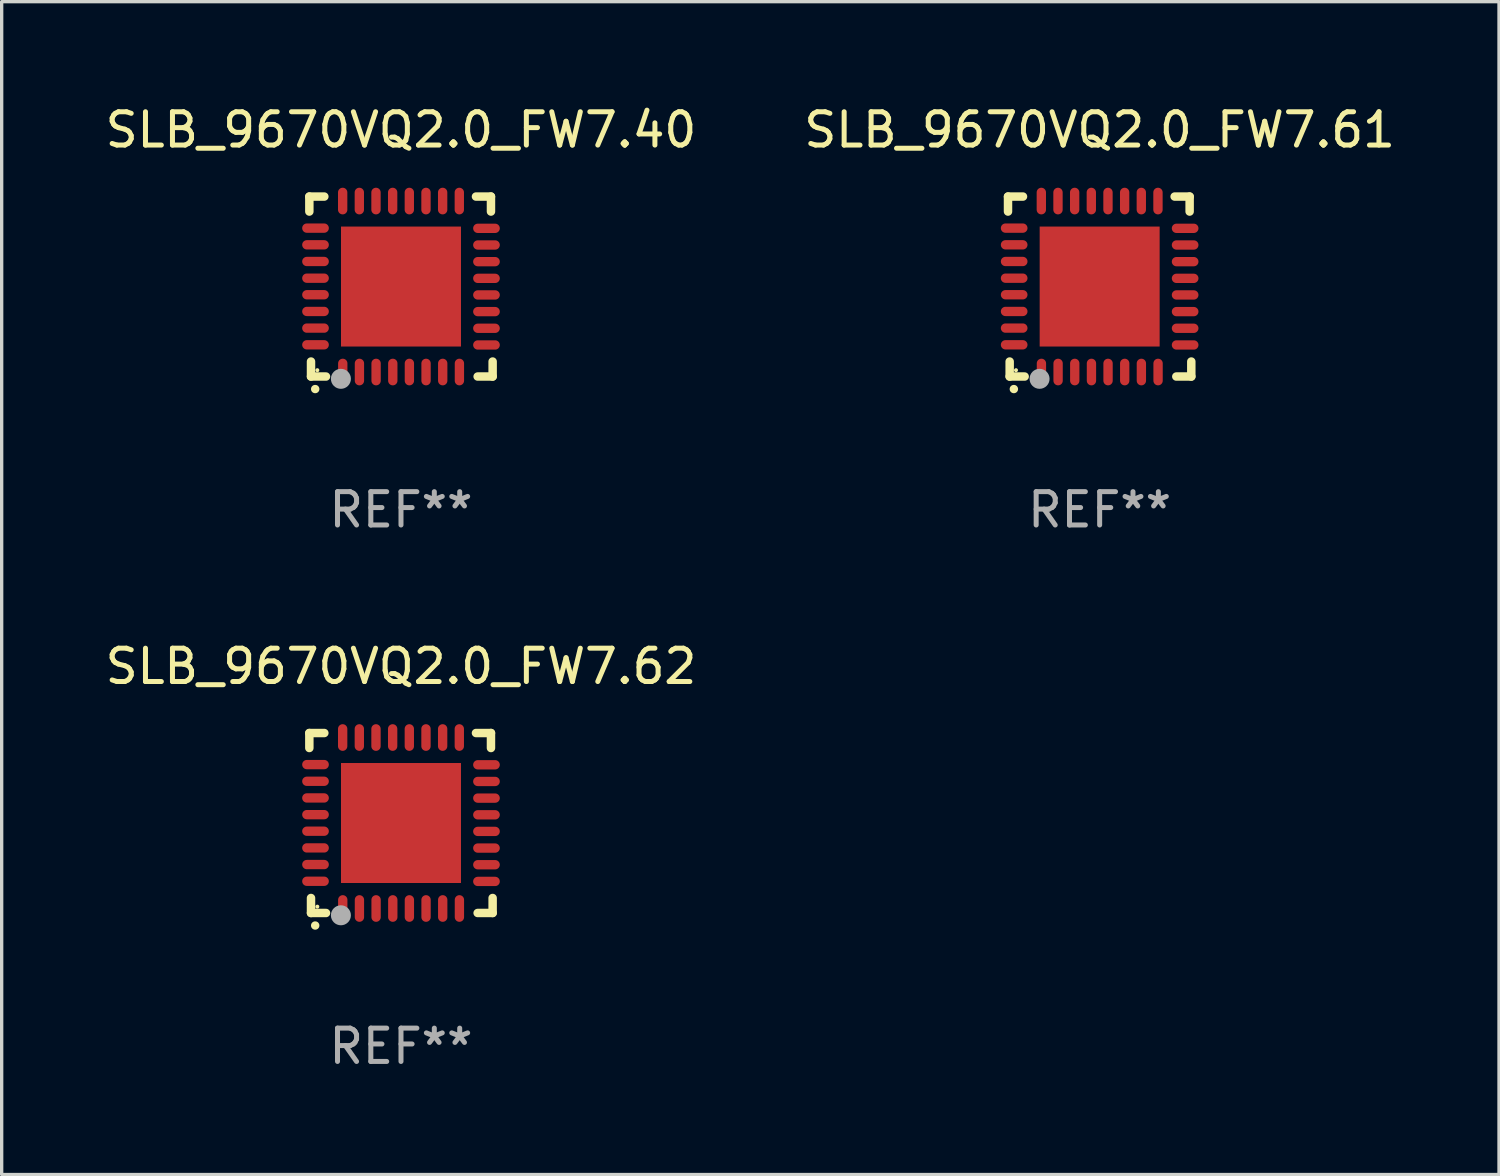
<source format=kicad_pcb>
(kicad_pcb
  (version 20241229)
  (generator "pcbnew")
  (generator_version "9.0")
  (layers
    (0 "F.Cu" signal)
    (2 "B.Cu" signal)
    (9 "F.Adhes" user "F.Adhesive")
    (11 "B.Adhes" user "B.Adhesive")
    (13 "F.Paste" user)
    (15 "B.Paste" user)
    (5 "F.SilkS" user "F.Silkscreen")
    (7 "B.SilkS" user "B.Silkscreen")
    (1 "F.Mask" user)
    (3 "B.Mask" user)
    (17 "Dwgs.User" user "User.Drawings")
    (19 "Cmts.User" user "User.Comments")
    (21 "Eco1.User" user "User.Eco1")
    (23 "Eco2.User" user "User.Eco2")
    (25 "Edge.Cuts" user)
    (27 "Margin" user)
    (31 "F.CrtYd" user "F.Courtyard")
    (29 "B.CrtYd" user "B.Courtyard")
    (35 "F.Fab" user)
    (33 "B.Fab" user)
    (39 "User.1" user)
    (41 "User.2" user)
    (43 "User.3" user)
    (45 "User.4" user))
  (footprint "SLB_9670VQ2.0_FW7.62"
    (layer "F.Cu")
    (at 8.982 21.645)
    (property "Reference" "SLB_9670VQ2.0_FW7.62" (at 0 -4.7 0) (layer "F.SilkS") (effects (font (size 1 1) (thickness 0.15))))
    (attr through_hole)
    (fp_line (start -2.75 -2.7) (end -2.75 -2.25) (stroke (width 0.254) (type solid)) (layer "F.SilkS"))
    (fp_line (start -2.7 2.7) (end -2.7 2.25) (stroke (width 0.254) (type solid)) (layer "F.SilkS"))
    (fp_line (start -2.3 -2.7) (end -2.75 -2.7) (stroke (width 0.254) (type solid)) (layer "F.SilkS"))
    (fp_line (start -2.25 2.7) (end -2.7 2.7) (stroke (width 0.254) (type solid)) (layer "F.SilkS"))
    (fp_line (start 2.3 2.7) (end 2.75 2.7) (stroke (width 0.254) (type solid)) (layer "F.SilkS"))
    (fp_line (start 2.7 -2.7) (end 2.25 -2.7) (stroke (width 0.254) (type solid)) (layer "F.SilkS"))
    (fp_line (start 2.7 -2.25) (end 2.7 -2.7) (stroke (width 0.254) (type solid)) (layer "F.SilkS"))
    (fp_line (start 2.75 2.7) (end 2.75 2.25) (stroke (width 0.254) (type solid)) (layer "F.SilkS"))
    (fp_arc (start -2.575565 3.075946) (mid -2.574295 3.07594) (end -2.573025 3.075946) (stroke (width 0.25) (type solid)) (layer "F.SilkS"))
    (fp_circle (center -2.51 2.51) (end -2.48 2.51) (stroke (width 0.06) (type solid)) (fill no) (layer "F.SilkS"))
    (fp_circle (center -1.803 2.769) (end -1.653 2.769) (stroke (width 0.3) (type solid)) (fill no) (layer "F.Fab"))
    (fp_text user "REF**" (at 0 6.7 0) (layer "F.Fab") (effects (font (size 1 1) (thickness 0.15))))
    (pad "1" smd oval (at -1.747 2.565) (size 0.28 0.8) (layers "F.Cu" "F.Mask" "F.Paste"))
    (pad "2" smd oval (at -1.247 2.565) (size 0.28 0.8) (layers "F.Cu" "F.Mask" "F.Paste"))
    (pad "3" smd oval (at -0.747 2.565) (size 0.28 0.8) (layers "F.Cu" "F.Mask" "F.Paste"))
    (pad "4" smd oval (at -0.246 2.565) (size 0.28 0.8) (layers "F.Cu" "F.Mask" "F.Paste"))
    (pad "5" smd oval (at 0.252 2.565) (size 0.28 0.8) (layers "F.Cu" "F.Mask" "F.Paste"))
    (pad "6" smd oval (at 0.752 2.565) (size 0.28 0.8) (layers "F.Cu" "F.Mask" "F.Paste"))
    (pad "7" smd oval (at 1.252 2.565) (size 0.28 0.8) (layers "F.Cu" "F.Mask" "F.Paste"))
    (pad "8" smd oval (at 1.753 2.565) (size 0.28 0.8) (layers "F.Cu" "F.Mask" "F.Paste"))
    (pad "9" smd oval (at 2.565 1.753) (size 0.8 0.28) (layers "F.Cu" "F.Mask" "F.Paste"))
    (pad "10" smd oval (at 2.565 1.252) (size 0.8 0.28) (layers "F.Cu" "F.Mask" "F.Paste"))
    (pad "11" smd oval (at 2.565 0.752) (size 0.8 0.28) (layers "F.Cu" "F.Mask" "F.Paste"))
    (pad "12" smd oval (at 2.565 0.252) (size 0.8 0.28) (layers "F.Cu" "F.Mask" "F.Paste"))
    (pad "13" smd oval (at 2.565 -0.246) (size 0.8 0.28) (layers "F.Cu" "F.Mask" "F.Paste"))
    (pad "14" smd oval (at 2.565 -0.747) (size 0.8 0.28) (layers "F.Cu" "F.Mask" "F.Paste"))
    (pad "15" smd oval (at 2.565 -1.247) (size 0.8 0.28) (layers "F.Cu" "F.Mask" "F.Paste"))
    (pad "16" smd oval (at 2.565 -1.747) (size 0.8 0.28) (layers "F.Cu" "F.Mask" "F.Paste"))
    (pad "17" smd oval (at 1.75 -2.565) (size 0.28 0.8) (layers "F.Cu" "F.Mask" "F.Paste"))
    (pad "18" smd oval (at 1.25 -2.565) (size 0.28 0.8) (layers "F.Cu" "F.Mask" "F.Paste"))
    (pad "19" smd oval (at 0.75 -2.565) (size 0.28 0.8) (layers "F.Cu" "F.Mask" "F.Paste"))
    (pad "20" smd oval (at 0.25 -2.565) (size 0.28 0.8) (layers "F.Cu" "F.Mask" "F.Paste"))
    (pad "21" smd oval (at -0.25 -2.565) (size 0.28 0.8) (layers "F.Cu" "F.Mask" "F.Paste"))
    (pad "22" smd oval (at -0.75 -2.565) (size 0.28 0.8) (layers "F.Cu" "F.Mask" "F.Paste"))
    (pad "23" smd oval (at -1.25 -2.565) (size 0.28 0.8) (layers "F.Cu" "F.Mask" "F.Paste"))
    (pad "24" smd oval (at -1.75 -2.565) (size 0.28 0.8) (layers "F.Cu" "F.Mask" "F.Paste"))
    (pad "25" smd oval (at -2.565 -1.753) (size 0.8 0.28) (layers "F.Cu" "F.Mask" "F.Paste"))
    (pad "26" smd oval (at -2.565 -1.252) (size 0.8 0.28) (layers "F.Cu" "F.Mask" "F.Paste"))
    (pad "27" smd oval (at -2.565 -0.752) (size 0.8 0.28) (layers "F.Cu" "F.Mask" "F.Paste"))
    (pad "28" smd oval (at -2.565 -0.251) (size 0.8 0.28) (layers "F.Cu" "F.Mask" "F.Paste"))
    (pad "29" smd oval (at -2.565 0.246) (size 0.8 0.28) (layers "F.Cu" "F.Mask" "F.Paste"))
    (pad "30" smd oval (at -2.565 0.747) (size 0.8 0.28) (layers "F.Cu" "F.Mask" "F.Paste"))
    (pad "31" smd oval (at -2.565 1.247) (size 0.8 0.28) (layers "F.Cu" "F.Mask" "F.Paste"))
    (pad "32" smd oval (at -2.565 1.748) (size 0.8 0.28) (layers "F.Cu" "F.Mask" "F.Paste"))
    (pad "33" smd rect (at 0.000076 0.000076) (size 3.6 3.6) (layers "F.Cu" "F.Mask" "F.Paste")))
  (footprint "SLB_9670VQ2.0_FW7.40"
    (layer "F.Cu")
    (at 8.982 5.548)
    (property "Reference" "SLB_9670VQ2.0_FW7.40" (at 0 -4.7 0) (layer "F.SilkS") (effects (font (size 1 1) (thickness 0.15))))
    (attr through_hole)
    (fp_line (start -2.75 -2.7) (end -2.75 -2.25) (stroke (width 0.254) (type solid)) (layer "F.SilkS"))
    (fp_line (start -2.7 2.7) (end -2.7 2.25) (stroke (width 0.254) (type solid)) (layer "F.SilkS"))
    (fp_line (start -2.3 -2.7) (end -2.75 -2.7) (stroke (width 0.254) (type solid)) (layer "F.SilkS"))
    (fp_line (start -2.25 2.7) (end -2.7 2.7) (stroke (width 0.254) (type solid)) (layer "F.SilkS"))
    (fp_line (start 2.3 2.7) (end 2.75 2.7) (stroke (width 0.254) (type solid)) (layer "F.SilkS"))
    (fp_line (start 2.7 -2.7) (end 2.25 -2.7) (stroke (width 0.254) (type solid)) (layer "F.SilkS"))
    (fp_line (start 2.7 -2.25) (end 2.7 -2.7) (stroke (width 0.254) (type solid)) (layer "F.SilkS"))
    (fp_line (start 2.75 2.7) (end 2.75 2.25) (stroke (width 0.254) (type solid)) (layer "F.SilkS"))
    (fp_arc (start -2.575565 3.075946) (mid -2.574295 3.07594) (end -2.573025 3.075946) (stroke (width 0.25) (type solid)) (layer "F.SilkS"))
    (fp_circle (center -2.51 2.51) (end -2.48 2.51) (stroke (width 0.06) (type solid)) (fill no) (layer "F.SilkS"))
    (fp_circle (center -1.803 2.769) (end -1.653 2.769) (stroke (width 0.3) (type solid)) (fill no) (layer "F.Fab"))
    (fp_text user "REF**" (at 0 6.7 0) (layer "F.Fab") (effects (font (size 1 1) (thickness 0.15))))
    (pad "1" smd oval (at -1.747 2.565) (size 0.28 0.8) (layers "F.Cu" "F.Mask" "F.Paste"))
    (pad "2" smd oval (at -1.247 2.565) (size 0.28 0.8) (layers "F.Cu" "F.Mask" "F.Paste"))
    (pad "3" smd oval (at -0.747 2.565) (size 0.28 0.8) (layers "F.Cu" "F.Mask" "F.Paste"))
    (pad "4" smd oval (at -0.246 2.565) (size 0.28 0.8) (layers "F.Cu" "F.Mask" "F.Paste"))
    (pad "5" smd oval (at 0.252 2.565) (size 0.28 0.8) (layers "F.Cu" "F.Mask" "F.Paste"))
    (pad "6" smd oval (at 0.752 2.565) (size 0.28 0.8) (layers "F.Cu" "F.Mask" "F.Paste"))
    (pad "7" smd oval (at 1.252 2.565) (size 0.28 0.8) (layers "F.Cu" "F.Mask" "F.Paste"))
    (pad "8" smd oval (at 1.753 2.565) (size 0.28 0.8) (layers "F.Cu" "F.Mask" "F.Paste"))
    (pad "9" smd oval (at 2.565 1.753) (size 0.8 0.28) (layers "F.Cu" "F.Mask" "F.Paste"))
    (pad "10" smd oval (at 2.565 1.252) (size 0.8 0.28) (layers "F.Cu" "F.Mask" "F.Paste"))
    (pad "11" smd oval (at 2.565 0.752) (size 0.8 0.28) (layers "F.Cu" "F.Mask" "F.Paste"))
    (pad "12" smd oval (at 2.565 0.252) (size 0.8 0.28) (layers "F.Cu" "F.Mask" "F.Paste"))
    (pad "13" smd oval (at 2.565 -0.246) (size 0.8 0.28) (layers "F.Cu" "F.Mask" "F.Paste"))
    (pad "14" smd oval (at 2.565 -0.747) (size 0.8 0.28) (layers "F.Cu" "F.Mask" "F.Paste"))
    (pad "15" smd oval (at 2.565 -1.247) (size 0.8 0.28) (layers "F.Cu" "F.Mask" "F.Paste"))
    (pad "16" smd oval (at 2.565 -1.747) (size 0.8 0.28) (layers "F.Cu" "F.Mask" "F.Paste"))
    (pad "17" smd oval (at 1.75 -2.565) (size 0.28 0.8) (layers "F.Cu" "F.Mask" "F.Paste"))
    (pad "18" smd oval (at 1.25 -2.565) (size 0.28 0.8) (layers "F.Cu" "F.Mask" "F.Paste"))
    (pad "19" smd oval (at 0.75 -2.565) (size 0.28 0.8) (layers "F.Cu" "F.Mask" "F.Paste"))
    (pad "20" smd oval (at 0.25 -2.565) (size 0.28 0.8) (layers "F.Cu" "F.Mask" "F.Paste"))
    (pad "21" smd oval (at -0.25 -2.565) (size 0.28 0.8) (layers "F.Cu" "F.Mask" "F.Paste"))
    (pad "22" smd oval (at -0.75 -2.565) (size 0.28 0.8) (layers "F.Cu" "F.Mask" "F.Paste"))
    (pad "23" smd oval (at -1.25 -2.565) (size 0.28 0.8) (layers "F.Cu" "F.Mask" "F.Paste"))
    (pad "24" smd oval (at -1.75 -2.565) (size 0.28 0.8) (layers "F.Cu" "F.Mask" "F.Paste"))
    (pad "25" smd oval (at -2.565 -1.753) (size 0.8 0.28) (layers "F.Cu" "F.Mask" "F.Paste"))
    (pad "26" smd oval (at -2.565 -1.252) (size 0.8 0.28) (layers "F.Cu" "F.Mask" "F.Paste"))
    (pad "27" smd oval (at -2.565 -0.752) (size 0.8 0.28) (layers "F.Cu" "F.Mask" "F.Paste"))
    (pad "28" smd oval (at -2.565 -0.251) (size 0.8 0.28) (layers "F.Cu" "F.Mask" "F.Paste"))
    (pad "29" smd oval (at -2.565 0.246) (size 0.8 0.28) (layers "F.Cu" "F.Mask" "F.Paste"))
    (pad "30" smd oval (at -2.565 0.747) (size 0.8 0.28) (layers "F.Cu" "F.Mask" "F.Paste"))
    (pad "31" smd oval (at -2.565 1.247) (size 0.8 0.28) (layers "F.Cu" "F.Mask" "F.Paste"))
    (pad "32" smd oval (at -2.565 1.748) (size 0.8 0.28) (layers "F.Cu" "F.Mask" "F.Paste"))
    (pad "33" smd rect (at 0.000076 0.000076) (size 3.6 3.6) (layers "F.Cu" "F.Mask" "F.Paste")))
  (footprint "SLB_9670VQ2.0_FW7.61"
    (layer "F.Cu")
    (at 29.946 5.548)
    (property "Reference" "SLB_9670VQ2.0_FW7.61" (at 0 -4.7 0) (layer "F.SilkS") (effects (font (size 1 1) (thickness 0.15))))
    (attr through_hole)
    (fp_line (start -2.75 -2.7) (end -2.75 -2.25) (stroke (width 0.254) (type solid)) (layer "F.SilkS"))
    (fp_line (start -2.7 2.7) (end -2.7 2.25) (stroke (width 0.254) (type solid)) (layer "F.SilkS"))
    (fp_line (start -2.3 -2.7) (end -2.75 -2.7) (stroke (width 0.254) (type solid)) (layer "F.SilkS"))
    (fp_line (start -2.25 2.7) (end -2.7 2.7) (stroke (width 0.254) (type solid)) (layer "F.SilkS"))
    (fp_line (start 2.3 2.7) (end 2.75 2.7) (stroke (width 0.254) (type solid)) (layer "F.SilkS"))
    (fp_line (start 2.7 -2.7) (end 2.25 -2.7) (stroke (width 0.254) (type solid)) (layer "F.SilkS"))
    (fp_line (start 2.7 -2.25) (end 2.7 -2.7) (stroke (width 0.254) (type solid)) (layer "F.SilkS"))
    (fp_line (start 2.75 2.7) (end 2.75 2.25) (stroke (width 0.254) (type solid)) (layer "F.SilkS"))
    (fp_arc (start -2.575565 3.075946) (mid -2.574295 3.07594) (end -2.573025 3.075946) (stroke (width 0.25) (type solid)) (layer "F.SilkS"))
    (fp_circle (center -2.51 2.51) (end -2.48 2.51) (stroke (width 0.06) (type solid)) (fill no) (layer "F.SilkS"))
    (fp_circle (center -1.803 2.769) (end -1.653 2.769) (stroke (width 0.3) (type solid)) (fill no) (layer "F.Fab"))
    (fp_text user "REF**" (at 0 6.7 0) (layer "F.Fab") (effects (font (size 1 1) (thickness 0.15))))
    (pad "1" smd oval (at -1.747 2.565) (size 0.28 0.8) (layers "F.Cu" "F.Mask" "F.Paste"))
    (pad "2" smd oval (at -1.247 2.565) (size 0.28 0.8) (layers "F.Cu" "F.Mask" "F.Paste"))
    (pad "3" smd oval (at -0.747 2.565) (size 0.28 0.8) (layers "F.Cu" "F.Mask" "F.Paste"))
    (pad "4" smd oval (at -0.246 2.565) (size 0.28 0.8) (layers "F.Cu" "F.Mask" "F.Paste"))
    (pad "5" smd oval (at 0.252 2.565) (size 0.28 0.8) (layers "F.Cu" "F.Mask" "F.Paste"))
    (pad "6" smd oval (at 0.752 2.565) (size 0.28 0.8) (layers "F.Cu" "F.Mask" "F.Paste"))
    (pad "7" smd oval (at 1.252 2.565) (size 0.28 0.8) (layers "F.Cu" "F.Mask" "F.Paste"))
    (pad "8" smd oval (at 1.753 2.565) (size 0.28 0.8) (layers "F.Cu" "F.Mask" "F.Paste"))
    (pad "9" smd oval (at 2.565 1.753) (size 0.8 0.28) (layers "F.Cu" "F.Mask" "F.Paste"))
    (pad "10" smd oval (at 2.565 1.252) (size 0.8 0.28) (layers "F.Cu" "F.Mask" "F.Paste"))
    (pad "11" smd oval (at 2.565 0.752) (size 0.8 0.28) (layers "F.Cu" "F.Mask" "F.Paste"))
    (pad "12" smd oval (at 2.565 0.252) (size 0.8 0.28) (layers "F.Cu" "F.Mask" "F.Paste"))
    (pad "13" smd oval (at 2.565 -0.246) (size 0.8 0.28) (layers "F.Cu" "F.Mask" "F.Paste"))
    (pad "14" smd oval (at 2.565 -0.747) (size 0.8 0.28) (layers "F.Cu" "F.Mask" "F.Paste"))
    (pad "15" smd oval (at 2.565 -1.247) (size 0.8 0.28) (layers "F.Cu" "F.Mask" "F.Paste"))
    (pad "16" smd oval (at 2.565 -1.747) (size 0.8 0.28) (layers "F.Cu" "F.Mask" "F.Paste"))
    (pad "17" smd oval (at 1.75 -2.565) (size 0.28 0.8) (layers "F.Cu" "F.Mask" "F.Paste"))
    (pad "18" smd oval (at 1.25 -2.565) (size 0.28 0.8) (layers "F.Cu" "F.Mask" "F.Paste"))
    (pad "19" smd oval (at 0.75 -2.565) (size 0.28 0.8) (layers "F.Cu" "F.Mask" "F.Paste"))
    (pad "20" smd oval (at 0.25 -2.565) (size 0.28 0.8) (layers "F.Cu" "F.Mask" "F.Paste"))
    (pad "21" smd oval (at -0.25 -2.565) (size 0.28 0.8) (layers "F.Cu" "F.Mask" "F.Paste"))
    (pad "22" smd oval (at -0.75 -2.565) (size 0.28 0.8) (layers "F.Cu" "F.Mask" "F.Paste"))
    (pad "23" smd oval (at -1.25 -2.565) (size 0.28 0.8) (layers "F.Cu" "F.Mask" "F.Paste"))
    (pad "24" smd oval (at -1.75 -2.565) (size 0.28 0.8) (layers "F.Cu" "F.Mask" "F.Paste"))
    (pad "25" smd oval (at -2.565 -1.753) (size 0.8 0.28) (layers "F.Cu" "F.Mask" "F.Paste"))
    (pad "26" smd oval (at -2.565 -1.252) (size 0.8 0.28) (layers "F.Cu" "F.Mask" "F.Paste"))
    (pad "27" smd oval (at -2.565 -0.752) (size 0.8 0.28) (layers "F.Cu" "F.Mask" "F.Paste"))
    (pad "28" smd oval (at -2.565 -0.251) (size 0.8 0.28) (layers "F.Cu" "F.Mask" "F.Paste"))
    (pad "29" smd oval (at -2.565 0.246) (size 0.8 0.28) (layers "F.Cu" "F.Mask" "F.Paste"))
    (pad "30" smd oval (at -2.565 0.747) (size 0.8 0.28) (layers "F.Cu" "F.Mask" "F.Paste"))
    (pad "31" smd oval (at -2.565 1.247) (size 0.8 0.28) (layers "F.Cu" "F.Mask" "F.Paste"))
    (pad "32" smd oval (at -2.565 1.748) (size 0.8 0.28) (layers "F.Cu" "F.Mask" "F.Paste"))
    (pad "33" smd rect (at 0.000076 0.000076) (size 3.6 3.6) (layers "F.Cu" "F.Mask" "F.Paste")))
  (gr_rect
    (start -3 -3)
    (end 41.929 32.193)
    (stroke (width 0.1) (type default))
    (fill no)
    (layer "Edge.Cuts")))
</source>
